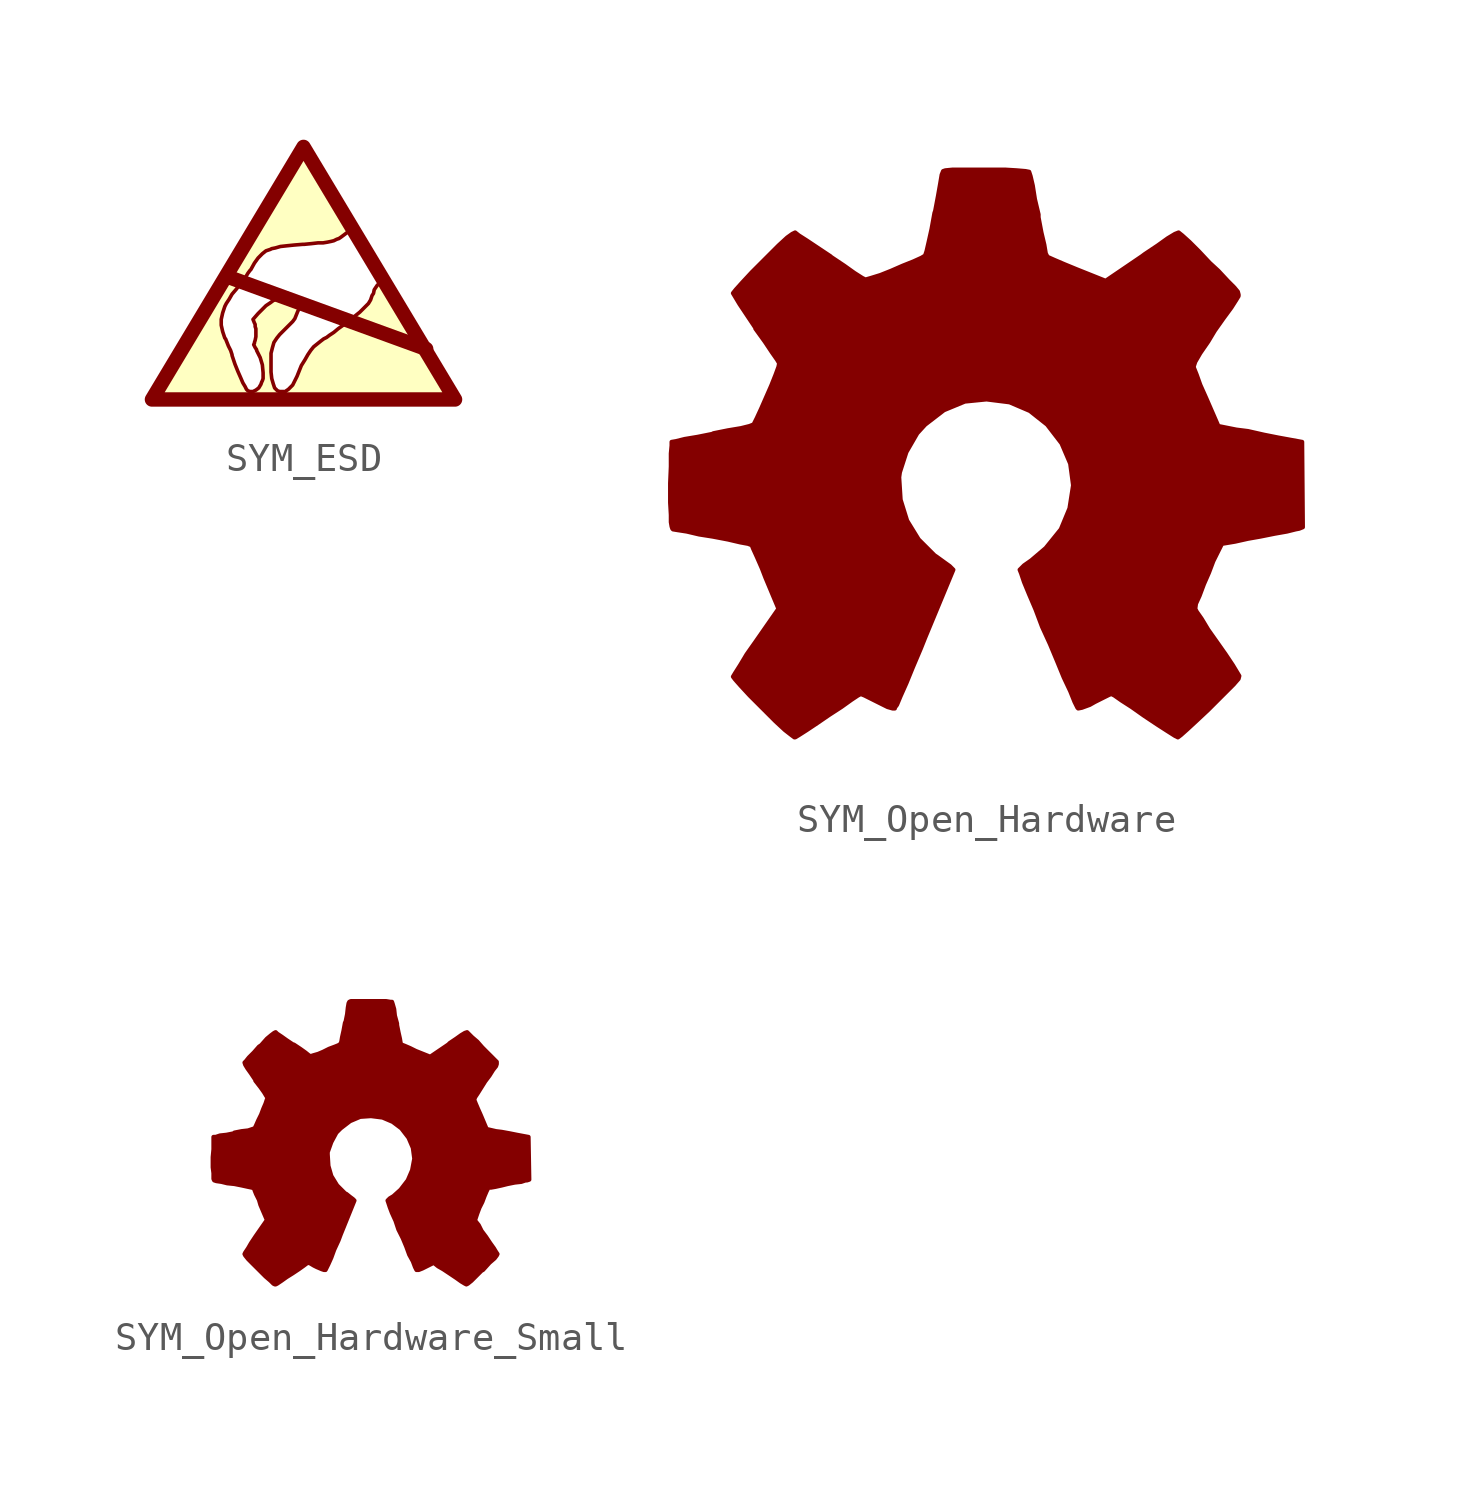
<source format=kicad_sym>
(kicad_symbol_lib
  (version 20220914)
  (generator kicad_symbol_editor)
  (symbol "SYM_ESD"
    (property "Reference" "#SYM"
      (at 0 5.08 0)
      (effects (font (size 1.27 1.27)) hide))
    (symbol "SYM_ESD_0_0"
      (polyline (pts (xy -2.667 -0.762) (xy 4.318 -3.302)) (stroke (width 0.508) (type default)) (fill (type none)))
      (polyline (pts (xy 0.483 -5.131) (xy 5.385 -5.131) (xy 5.385 -5.105) (xy 5.334 -5.055) (xy 5.283 -4.953) (xy 5.207 -4.826) (xy 5.004 -4.47) (xy 4.877 -4.267) (xy 4.75 -4.039) (xy 4.14 -3.023) (xy 3.988 -2.743) (xy 3.531 -1.981) (xy 3.404 -1.753) (xy 3.277 -1.549) (xy 3.15 -1.372) (xy 3.073 -1.194) (xy 2.997 -1.067) (xy 2.921 -0.965) (xy 2.896 -0.889) (xy 2.845 -0.838) (xy 2.819 -0.864) (xy 2.769 -0.889) (xy 2.591 -1.067) (xy 2.489 -1.219) (xy 2.464 -1.346) (xy 2.413 -1.422) (xy 2.362 -1.575) (xy 2.286 -1.702) (xy 1.981 -2.007) (xy 1.854 -2.108) (xy 1.702 -2.235) (xy 1.549 -2.337) (xy 1.397 -2.464) (xy 1.219 -2.591) (xy 1.067 -2.718) (xy 0.914 -2.819) (xy 0.813 -2.896) (xy 0.711 -2.946) (xy 0.61 -3.023) (xy 0.356 -3.226) (xy 0.254 -3.353) (xy 0.152 -3.505) (xy 0.051 -3.683) (xy -0.076 -3.886) (xy -0.229 -4.267) (xy -0.381 -4.572) (xy -0.533 -4.724) (xy -0.61 -4.775) (xy -0.635 -4.801) (xy -0.838 -4.801) (xy -0.914 -4.775) (xy -1.016 -4.674) (xy -1.067 -4.521) (xy -1.118 -4.343) (xy -1.143 -4.115) (xy -1.143 -3.454) (xy -1.092 -3.251) (xy -1.041 -3.073) (xy -0.94 -2.921) (xy -0.838 -2.794) (xy -0.381 -2.337) (xy -0.305 -2.235) (xy -0.203 -1.981) (xy -0.178 -1.93) (xy -0.152 -1.829) (xy -0.127 -1.753) (xy -0.127 -1.727) (xy -0.203 -1.651) (xy -0.254 -1.575) (xy -0.356 -1.524) (xy -0.432 -1.448) (xy -0.508 -1.397) (xy -0.559 -1.346) (xy -0.61 -1.346) (xy -0.66 -1.372) (xy -0.737 -1.422) (xy -0.838 -1.473) (xy -0.965 -1.549) (xy -1.067 -1.6) (xy -1.168 -1.676) (xy -1.321 -1.778) (xy -1.6 -2.057) (xy -1.778 -2.261) (xy -1.727 -2.388) (xy -1.702 -2.438) (xy -1.702 -2.515) (xy -1.676 -2.591) (xy -1.676 -2.87) (xy -1.702 -2.997) (xy -1.727 -3.073) (xy -1.727 -3.099) (xy -1.753 -3.15) (xy -1.702 -3.251) (xy -1.651 -3.327) (xy -1.651 -3.353) (xy -1.524 -3.607) (xy -1.448 -3.861) (xy -1.422 -4.14) (xy -1.422 -4.343) (xy -1.448 -4.42) (xy -1.473 -4.47) (xy -1.499 -4.547) (xy -1.575 -4.674) (xy -1.676 -4.75) (xy -1.778 -4.801) (xy -1.88 -4.801) (xy -1.956 -4.775) (xy -2.007 -4.724) (xy -2.057 -4.623) (xy -2.134 -4.496) (xy -2.21 -4.318) (xy -2.311 -4.089) (xy -2.413 -3.835) (xy -2.515 -3.531) (xy -2.515 -3.505) (xy -2.565 -3.353) (xy -2.642 -3.2) (xy -2.743 -2.946) (xy -2.769 -2.921) (xy -2.845 -2.692) (xy -2.896 -2.464) (xy -2.896 -2.261) (xy -2.845 -2.032) (xy -2.769 -1.803) (xy -2.718 -1.702) (xy -2.616 -1.549) (xy -2.515 -1.372) (xy -2.362 -1.194) (xy -2.21 -0.991) (xy -2.108 -0.889) (xy -1.956 -0.635) (xy -1.88 -0.533) (xy -1.854 -0.508) (xy -1.727 -0.279) (xy -1.6 -0.102) (xy -1.448 0.051) (xy -1.321 0.152) (xy -1.168 0.203) (xy -1.118 0.229) (xy -0.991 0.254) (xy -0.813 0.305) (xy -0.584 0.33) (xy -0.33 0.356) (xy -0.025 0.381) (xy 0.025 0.381) (xy 0.279 0.406) (xy 0.508 0.432) (xy 0.686 0.432) (xy 0.838 0.457) (xy 0.965 0.483) (xy 1.067 0.508) (xy 1.168 0.559) (xy 1.245 0.584) (xy 1.321 0.635) (xy 1.524 0.787) (xy 1.727 0.991) (xy 1.727 1.041) (xy 1.702 1.092) (xy 1.651 1.168) (xy 1.6 1.27) (xy 1.499 1.422) (xy 1.422 1.6) (xy 1.168 2.007) (xy 1.041 2.235) (xy 0.66 2.87) (xy 0.508 3.099) (xy 0.406 3.302) (xy 0.305 3.454) (xy 0.229 3.581) (xy 0.152 3.683) (xy 0.102 3.759) (xy 0.051 3.861) (xy 0.025 3.886) (xy -0.051 3.886) (xy -0.051 3.861) (xy -0.127 3.785) (xy -0.152 3.734) (xy -0.203 3.658) (xy -0.254 3.556) (xy -0.406 3.302) (xy -0.508 3.15) (xy -0.61 2.972) (xy -0.737 2.769) (xy -1.041 2.261) (xy -1.219 1.956) (xy -1.422 1.626) (xy -1.88 0.864) (xy -2.134 0.406) (xy -2.438 -0.076) (xy -2.743 -0.61) (xy -2.921 -0.889) (xy -3.429 -1.753) (xy -3.658 -2.159) (xy -3.886 -2.54) (xy -4.115 -2.896) (xy -4.318 -3.251) (xy -4.521 -3.581) (xy -4.674 -3.886) (xy -4.851 -4.14) (xy -4.978 -4.394) (xy -5.105 -4.597) (xy -5.232 -4.775) (xy -5.359 -5.029) (xy -5.41 -5.105) (xy -5.41 -5.131) (xy -0.711 -5.131) (xy -0.025 -5.156) (xy 0.483 -5.131)) (stroke (width 0.127) (type default)) (fill (type background))))
    (symbol "SYM_ESD_0_1"
      (polyline (pts (xy -5.334 -5.08) (xy 5.334 -5.08) (xy 0 3.81) (xy -5.334 -5.08)) (stroke (width 0.508) (type default)) (fill (type none)))))
  (symbol "SYM_Open_Hardware"
    (property "Reference" "#SYM"
      (at 0 12.7 0)
      (effects (font (size 1.27 1.27)) hide))
    (symbol "SYM_Open_Hardware_1_1"
      (polyline (pts (xy 6.731 -8.712) (xy 6.629 -8.661) (xy 6.35 -8.484) (xy 5.994 -8.255) (xy 5.537 -7.95) (xy 5.105 -7.645) (xy 4.75 -7.417) (xy 4.496 -7.239) (xy 4.394 -7.188) (xy 4.318 -7.214) (xy 4.115 -7.315) (xy 3.81 -7.468) (xy 3.632 -7.569) (xy 3.353 -7.671) (xy 3.226 -7.696) (xy 3.2 -7.671) (xy 3.099 -7.468) (xy 2.946 -7.087) (xy 2.718 -6.604) (xy 2.489 -6.045) (xy 2.235 -5.436) (xy 1.956 -4.826) (xy 1.727 -4.216) (xy 1.499 -3.683) (xy 1.321 -3.251) (xy 1.219 -2.946) (xy 1.168 -2.819) (xy 1.194 -2.794) (xy 1.321 -2.667) (xy 1.575 -2.489) (xy 2.083 -2.057) (xy 2.616 -1.397) (xy 2.921 -0.66) (xy 3.048 0.152) (xy 2.946 0.914) (xy 2.642 1.626) (xy 2.134 2.286) (xy 1.524 2.769) (xy 0.813 3.073) (xy 0 3.175) (xy -0.762 3.099) (xy -1.499 2.794) (xy -2.159 2.286) (xy -2.438 1.981) (xy -2.819 1.321) (xy -3.048 0.61) (xy -3.073 0.432) (xy -3.023 -0.356) (xy -2.794 -1.092) (xy -2.388 -1.753) (xy -1.829 -2.311) (xy -1.753 -2.362) (xy -1.473 -2.565) (xy -1.295 -2.692) (xy -1.168 -2.819) (xy -2.159 -5.207) (xy -2.311 -5.588) (xy -2.591 -6.248) (xy -2.819 -6.807) (xy -3.023 -7.264) (xy -3.15 -7.569) (xy -3.226 -7.671) (xy -3.226 -7.696) (xy -3.302 -7.696) (xy -3.48 -7.645) (xy -3.835 -7.468) (xy -4.039 -7.366) (xy -4.293 -7.239) (xy -4.42 -7.188) (xy -4.521 -7.239) (xy -4.75 -7.391) (xy -5.105 -7.645) (xy -5.537 -7.925) (xy -5.944 -8.204) (xy -6.325 -8.458) (xy -6.604 -8.636) (xy -6.731 -8.712) (xy -6.756 -8.712) (xy -6.858 -8.636) (xy -7.087 -8.458) (xy -7.417 -8.153) (xy -7.874 -7.696) (xy -7.95 -7.62) (xy -8.331 -7.239) (xy -8.636 -6.909) (xy -8.839 -6.68) (xy -8.915 -6.579) (xy -8.915 -6.579) (xy -8.839 -6.452) (xy -8.661 -6.172) (xy -8.433 -5.791) (xy -8.128 -5.359) (xy -7.315 -4.191) (xy -7.772 -3.099) (xy -7.899 -2.769) (xy -8.077 -2.362) (xy -8.204 -2.083) (xy -8.255 -1.956) (xy -8.382 -1.905) (xy -8.661 -1.854) (xy -9.093 -1.753) (xy -9.627 -1.651) (xy -10.109 -1.575) (xy -10.541 -1.473) (xy -10.871 -1.422) (xy -11.024 -1.397) (xy -11.049 -1.372) (xy -11.074 -1.295) (xy -11.1 -1.143) (xy -11.1 -0.889) (xy -11.125 -0.457) (xy -11.125 0.152) (xy -11.125 0.229) (xy -11.1 0.813) (xy -11.1 1.27) (xy -11.074 1.549) (xy -11.074 1.676) (xy -11.074 1.676) (xy -10.922 1.702) (xy -10.617 1.778) (xy -10.16 1.854) (xy -9.652 1.956) (xy -9.601 1.981) (xy -9.093 2.083) (xy -8.636 2.159) (xy -8.331 2.235) (xy -8.204 2.286) (xy -8.179 2.311) (xy -8.077 2.515) (xy -7.925 2.845) (xy -7.747 3.251) (xy -7.569 3.658) (xy -7.417 4.039) (xy -7.315 4.318) (xy -7.29 4.445) (xy -7.29 4.445) (xy -7.366 4.572) (xy -7.544 4.826) (xy -7.798 5.207) (xy -8.128 5.664) (xy -8.128 5.69) (xy -8.433 6.147) (xy -8.687 6.528) (xy -8.839 6.782) (xy -8.915 6.909) (xy -8.915 6.909) (xy -8.814 7.036) (xy -8.585 7.29) (xy -8.255 7.645) (xy -7.874 8.026) (xy -7.747 8.153) (xy -7.315 8.585) (xy -7.01 8.865) (xy -6.833 8.992) (xy -6.731 9.042) (xy -6.731 9.042) (xy -6.604 8.941) (xy -6.325 8.763) (xy -5.944 8.509) (xy -5.486 8.204) (xy -5.461 8.179) (xy -5.004 7.874) (xy -4.648 7.62) (xy -4.369 7.442) (xy -4.267 7.391) (xy -4.242 7.391) (xy -4.064 7.442) (xy -3.734 7.544) (xy -3.353 7.696) (xy -2.946 7.874) (xy -2.565 8.026) (xy -2.286 8.153) (xy -2.159 8.23) (xy -2.159 8.23) (xy -2.108 8.382) (xy -2.032 8.712) (xy -1.93 9.169) (xy -1.829 9.728) (xy -1.803 9.804) (xy -1.702 10.338) (xy -1.626 10.77) (xy -1.575 11.074) (xy -1.524 11.201) (xy -1.448 11.227) (xy -1.194 11.252) (xy -0.813 11.252) (xy -0.33 11.252) (xy 0.152 11.252) (xy 0.66 11.252) (xy 1.067 11.227) (xy 1.372 11.201) (xy 1.499 11.176) (xy 1.499 11.176) (xy 1.549 11.024) (xy 1.626 10.693) (xy 1.702 10.211) (xy 1.829 9.677) (xy 1.829 9.576) (xy 1.93 9.042) (xy 2.032 8.611) (xy 2.083 8.306) (xy 2.134 8.204) (xy 2.159 8.179) (xy 2.388 8.077) (xy 2.743 7.925) (xy 3.175 7.747) (xy 4.191 7.341) (xy 5.461 8.204) (xy 5.563 8.28) (xy 6.02 8.585) (xy 6.375 8.839) (xy 6.629 8.992) (xy 6.756 9.042) (xy 6.756 9.042) (xy 6.883 8.941) (xy 7.137 8.712) (xy 7.468 8.382) (xy 7.849 7.976) (xy 8.153 7.696) (xy 8.484 7.341) (xy 8.712 7.112) (xy 8.839 6.96) (xy 8.865 6.858) (xy 8.865 6.807) (xy 8.788 6.68) (xy 8.611 6.401) (xy 8.331 6.02) (xy 8.026 5.588) (xy 7.798 5.207) (xy 7.518 4.801) (xy 7.341 4.496) (xy 7.29 4.343) (xy 7.29 4.293) (xy 7.391 4.039) (xy 7.518 3.683) (xy 7.722 3.226) (xy 8.153 2.235) (xy 8.788 2.108) (xy 9.195 2.057) (xy 9.754 1.93) (xy 10.262 1.829) (xy 11.1 1.676) (xy 11.125 -1.321) (xy 10.998 -1.372) (xy 10.871 -1.397) (xy 10.566 -1.473) (xy 10.135 -1.549) (xy 9.627 -1.651) (xy 9.195 -1.727) (xy 8.738 -1.829) (xy 8.433 -1.88) (xy 8.28 -1.905) (xy 8.255 -1.956) (xy 8.153 -2.159) (xy 7.976 -2.515) (xy 7.823 -2.921) (xy 7.645 -3.327) (xy 7.493 -3.734) (xy 7.366 -4.013) (xy 7.341 -4.191) (xy 7.391 -4.293) (xy 7.569 -4.547) (xy 7.798 -4.928) (xy 8.103 -5.359) (xy 8.407 -5.791) (xy 8.661 -6.172) (xy 8.814 -6.426) (xy 8.89 -6.553) (xy 8.865 -6.655) (xy 8.687 -6.858) (xy 8.357 -7.188) (xy 7.874 -7.671) (xy 7.798 -7.747) (xy 7.391 -8.128) (xy 7.061 -8.433) (xy 6.833 -8.636) (xy 6.731 -8.712)) (stroke (width 0) (type default)) (fill (type outline)))))
  (symbol "SYM_Open_Hardware_Small"
    (property "Reference" "#SYM"
      (at 0 6.985 0)
      (effects (font (size 1.27 1.27)) hide))
    (symbol "SYM_Open_Hardware_Small_0_1"
      (polyline (pts (xy 3.353 -4.343) (xy 3.302 -4.318) (xy 3.175 -4.242) (xy 2.997 -4.115) (xy 2.769 -3.962) (xy 2.54 -3.81) (xy 2.362 -3.708) (xy 2.235 -3.607) (xy 2.184 -3.581) (xy 2.159 -3.607) (xy 2.057 -3.658) (xy 1.905 -3.734) (xy 1.803 -3.785) (xy 1.676 -3.835) (xy 1.6 -3.835) (xy 1.6 -3.835) (xy 1.549 -3.734) (xy 1.473 -3.531) (xy 1.346 -3.302) (xy 1.245 -3.023) (xy 1.118 -2.718) (xy 0.965 -2.413) (xy 0.864 -2.108) (xy 0.737 -1.829) (xy 0.66 -1.626) (xy 0.61 -1.473) (xy 0.584 -1.397) (xy 0.584 -1.397) (xy 0.66 -1.321) (xy 0.787 -1.245) (xy 1.041 -1.016) (xy 1.295 -0.686) (xy 1.448 -0.33) (xy 1.524 0.076) (xy 1.473 0.457) (xy 1.321 0.813) (xy 1.067 1.143) (xy 0.762 1.372) (xy 0.406 1.524) (xy 0 1.575) (xy -0.381 1.549) (xy -0.737 1.397) (xy -1.067 1.143) (xy -1.219 0.991) (xy -1.397 0.66) (xy -1.524 0.305) (xy -1.524 0.229) (xy -1.499 -0.178) (xy -1.397 -0.533) (xy -1.194 -0.864) (xy -0.914 -1.143) (xy -0.864 -1.168) (xy -0.737 -1.27) (xy -0.635 -1.346) (xy -0.584 -1.397) (xy -1.067 -2.591) (xy -1.143 -2.794) (xy -1.295 -3.124) (xy -1.397 -3.404) (xy -1.499 -3.632) (xy -1.575 -3.785) (xy -1.6 -3.835) (xy -1.6 -3.835) (xy -1.651 -3.835) (xy -1.727 -3.81) (xy -1.905 -3.734) (xy -2.007 -3.683) (xy -2.134 -3.607) (xy -2.21 -3.581) (xy -2.261 -3.607) (xy -2.362 -3.683) (xy -2.54 -3.81) (xy -2.769 -3.962) (xy -2.972 -4.089) (xy -3.15 -4.216) (xy -3.302 -4.318) (xy -3.353 -4.343) (xy -3.378 -4.343) (xy -3.429 -4.318) (xy -3.531 -4.216) (xy -3.708 -4.064) (xy -3.937 -3.835) (xy -3.962 -3.81) (xy -4.166 -3.607) (xy -4.318 -3.454) (xy -4.42 -3.327) (xy -4.445 -3.277) (xy -4.445 -3.277) (xy -4.42 -3.226) (xy -4.318 -3.073) (xy -4.216 -2.896) (xy -4.064 -2.667) (xy -3.658 -2.083) (xy -3.886 -1.549) (xy -3.937 -1.372) (xy -4.039 -1.168) (xy -4.089 -1.041) (xy -4.115 -0.965) (xy -4.191 -0.94) (xy -4.318 -0.914) (xy -4.547 -0.864) (xy -4.801 -0.813) (xy -5.055 -0.787) (xy -5.258 -0.737) (xy -5.436 -0.711) (xy -5.512 -0.686) (xy -5.512 -0.686) (xy -5.537 -0.635) (xy -5.537 -0.559) (xy -5.537 -0.432) (xy -5.563 -0.229) (xy -5.563 0.076) (xy -5.563 0.127) (xy -5.537 0.406) (xy -5.537 0.635) (xy -5.537 0.762) (xy -5.537 0.838) (xy -5.537 0.838) (xy -5.461 0.838) (xy -5.309 0.889) (xy -5.08 0.914) (xy -4.826 0.965) (xy -4.801 0.991) (xy -4.547 1.041) (xy -4.318 1.067) (xy -4.166 1.118) (xy -4.089 1.143) (xy -4.089 1.143) (xy -4.039 1.245) (xy -3.962 1.422) (xy -3.861 1.626) (xy -3.785 1.829) (xy -3.708 2.007) (xy -3.658 2.159) (xy -3.632 2.21) (xy -3.632 2.21) (xy -3.683 2.286) (xy -3.759 2.413) (xy -3.886 2.591) (xy -4.064 2.819) (xy -4.064 2.845) (xy -4.216 3.073) (xy -4.343 3.251) (xy -4.42 3.378) (xy -4.445 3.454) (xy -4.445 3.454) (xy -4.394 3.505) (xy -4.293 3.632) (xy -4.115 3.81) (xy -3.937 4.013) (xy -3.861 4.064) (xy -3.658 4.293) (xy -3.505 4.42) (xy -3.404 4.496) (xy -3.353 4.521) (xy -3.353 4.521) (xy -3.302 4.47) (xy -3.15 4.369) (xy -2.972 4.242) (xy -2.743 4.089) (xy -2.718 4.089) (xy -2.489 3.937) (xy -2.311 3.81) (xy -2.184 3.708) (xy -2.134 3.683) (xy -2.108 3.683) (xy -2.032 3.708) (xy -1.854 3.759) (xy -1.676 3.835) (xy -1.473 3.937) (xy -1.27 4.013) (xy -1.143 4.064) (xy -1.067 4.115) (xy -1.067 4.115) (xy -1.041 4.191) (xy -1.016 4.343) (xy -0.965 4.572) (xy -0.914 4.851) (xy -0.889 4.902) (xy -0.838 5.156) (xy -0.813 5.385) (xy -0.787 5.537) (xy -0.762 5.588) (xy -0.711 5.613) (xy -0.584 5.613) (xy -0.406 5.613) (xy -0.152 5.613) (xy 0.076 5.613) (xy 0.33 5.613) (xy 0.533 5.613) (xy 0.686 5.588) (xy 0.737 5.588) (xy 0.737 5.588) (xy 0.762 5.512) (xy 0.813 5.334) (xy 0.838 5.105) (xy 0.914 4.826) (xy 0.914 4.775) (xy 0.965 4.521) (xy 1.016 4.293) (xy 1.041 4.14) (xy 1.067 4.089) (xy 1.067 4.089) (xy 1.194 4.039) (xy 1.372 3.962) (xy 1.575 3.861) (xy 2.083 3.658) (xy 2.718 4.089) (xy 2.769 4.14) (xy 2.997 4.293) (xy 3.175 4.42) (xy 3.302 4.496) (xy 3.378 4.521) (xy 3.378 4.521) (xy 3.429 4.47) (xy 3.556 4.343) (xy 3.734 4.191) (xy 3.912 3.988) (xy 4.064 3.835) (xy 4.242 3.658) (xy 4.343 3.556) (xy 4.42 3.48) (xy 4.42 3.429) (xy 4.42 3.404) (xy 4.394 3.327) (xy 4.293 3.2) (xy 4.166 2.997) (xy 4.013 2.794) (xy 3.886 2.591) (xy 3.759 2.388) (xy 3.658 2.235) (xy 3.632 2.159) (xy 3.632 2.134) (xy 3.683 2.007) (xy 3.759 1.829) (xy 3.861 1.6) (xy 4.064 1.118) (xy 4.394 1.041) (xy 4.597 1.016) (xy 4.877 0.965) (xy 5.131 0.914) (xy 5.537 0.838) (xy 5.563 -0.66) (xy 5.486 -0.686) (xy 5.436 -0.686) (xy 5.283 -0.737) (xy 5.055 -0.762) (xy 4.801 -0.813) (xy 4.597 -0.864) (xy 4.369 -0.914) (xy 4.216 -0.94) (xy 4.14 -0.94) (xy 4.115 -0.965) (xy 4.064 -1.067) (xy 3.988 -1.245) (xy 3.912 -1.448) (xy 3.81 -1.651) (xy 3.734 -1.854) (xy 3.683 -2.007) (xy 3.658 -2.083) (xy 3.683 -2.134) (xy 3.785 -2.261) (xy 3.886 -2.464) (xy 4.039 -2.667) (xy 4.191 -2.896) (xy 4.318 -3.073) (xy 4.394 -3.2) (xy 4.445 -3.277) (xy 4.42 -3.327) (xy 4.343 -3.429) (xy 4.166 -3.581) (xy 3.937 -3.835) (xy 3.886 -3.861) (xy 3.683 -4.064) (xy 3.531 -4.216) (xy 3.404 -4.318) (xy 3.353 -4.343)) (stroke (width 0) (type default)) (fill (type outline))))))
</source>
